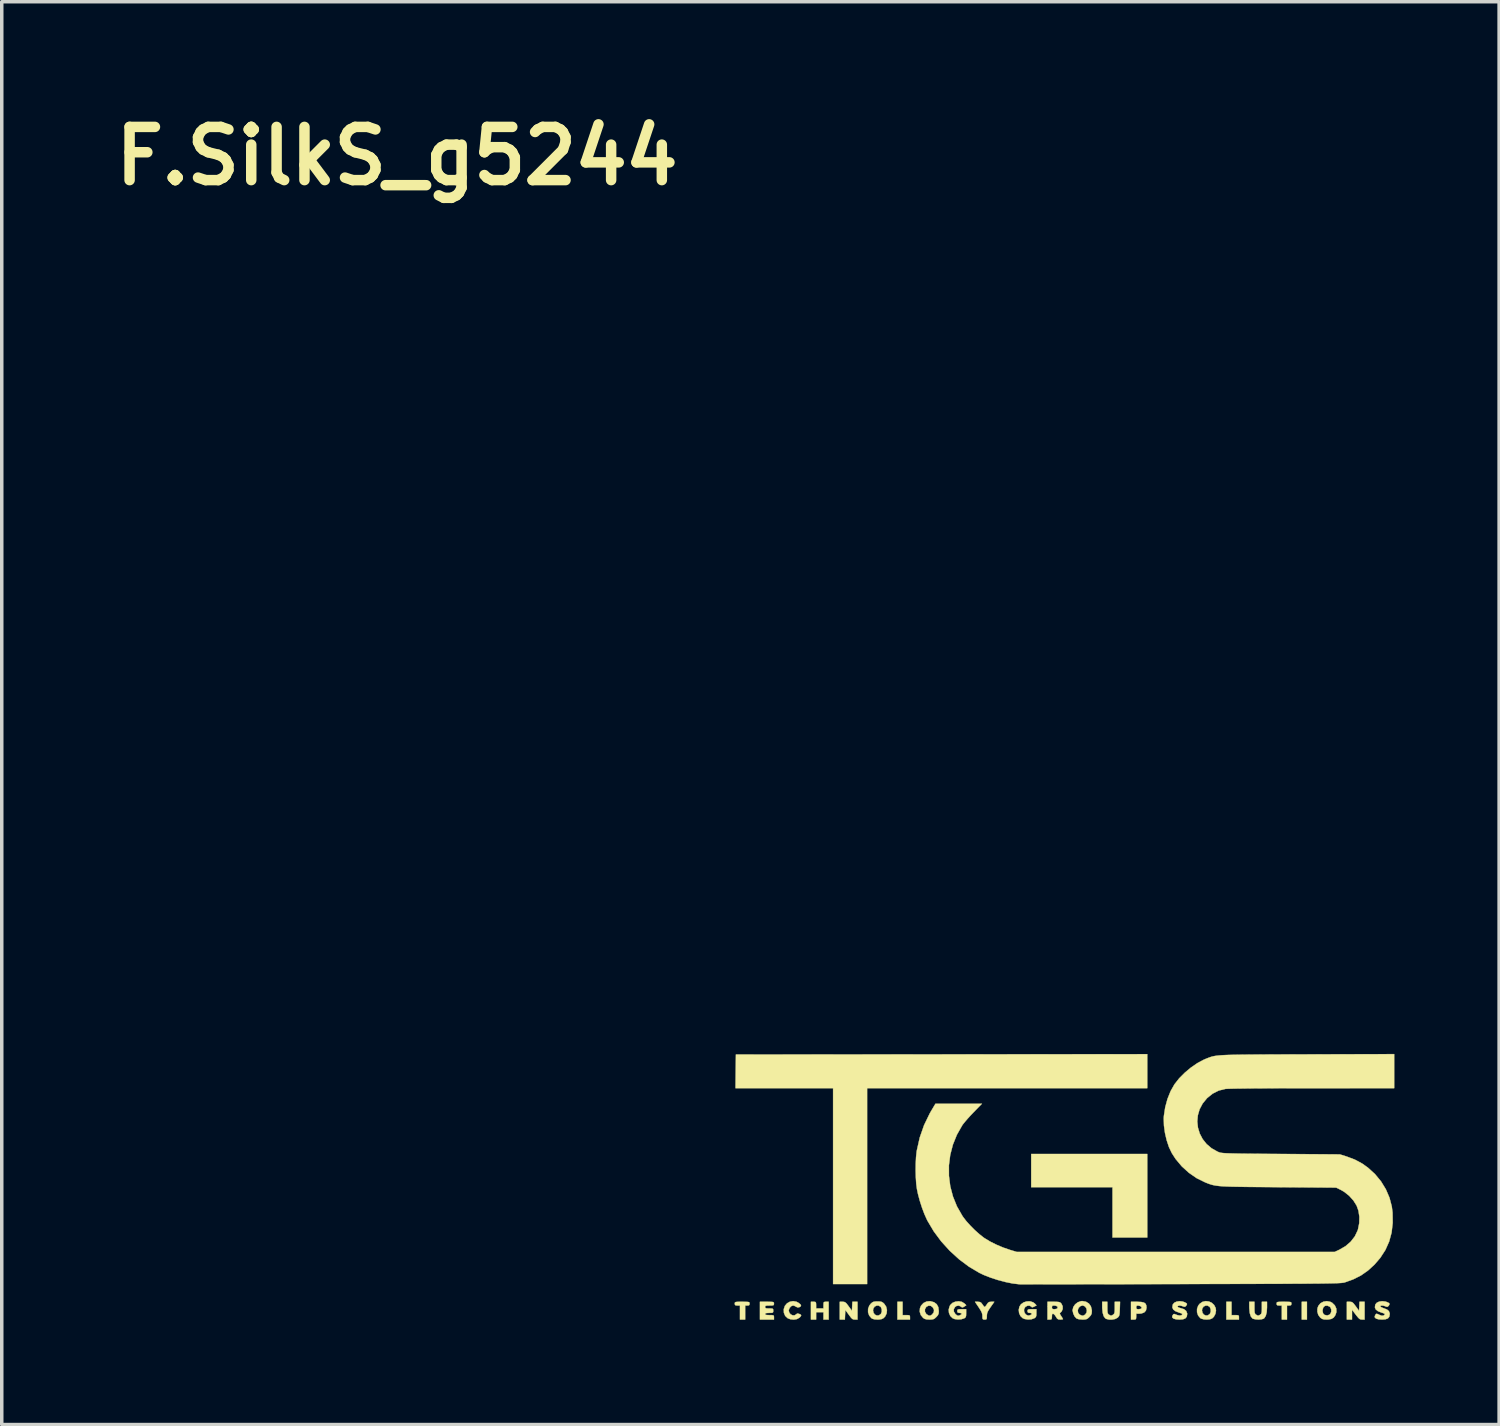
<source format=kicad_pcb>
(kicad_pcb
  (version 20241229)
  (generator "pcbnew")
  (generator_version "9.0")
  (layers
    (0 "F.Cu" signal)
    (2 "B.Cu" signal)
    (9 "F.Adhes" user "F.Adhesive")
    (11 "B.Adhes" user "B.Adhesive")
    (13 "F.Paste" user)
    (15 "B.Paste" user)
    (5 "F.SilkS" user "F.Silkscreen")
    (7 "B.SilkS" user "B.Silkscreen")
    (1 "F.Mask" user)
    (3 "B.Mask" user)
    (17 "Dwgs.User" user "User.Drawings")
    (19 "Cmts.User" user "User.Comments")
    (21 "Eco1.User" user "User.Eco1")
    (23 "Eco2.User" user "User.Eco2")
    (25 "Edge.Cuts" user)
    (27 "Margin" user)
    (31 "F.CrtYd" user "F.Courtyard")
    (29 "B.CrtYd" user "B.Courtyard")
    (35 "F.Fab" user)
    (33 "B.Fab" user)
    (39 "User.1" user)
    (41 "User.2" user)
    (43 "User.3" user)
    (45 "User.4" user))
  (footprint "F.SilkS_g5244"
    (layer "F.Cu")
    (at 8.317 1.418)
    (property "Reference" "F.SilkS_g5244" (at 0 0 0) (layer "F.SilkS") (effects (font (size 1.524 1.524) (thickness 0.3))))
    (attr through_hole)
    (fp_poly (pts (xy 26.056 33.316) (xy 25.908 33.316) (xy 25.908 32.808) (xy 26.056 32.808) (xy 26.056 33.316)) (stroke (width 0.01) (type solid)) (fill yes) (layer "F.SilkS"))
    (fp_poly (pts (xy 21.484 30.967) (xy 20.489 30.967) (xy 20.489 29.527) (xy 18.161 29.527) (xy 18.161 28.575) (xy 21.484 28.575) (xy 21.484 30.967)) (stroke (width 0.01) (type solid)) (fill yes) (layer "F.SilkS"))
    (fp_poly (pts (xy 14.478 33.189) (xy 14.584 33.189) (xy 14.646 33.191) (xy 14.678 33.199) (xy 14.688 33.221) (xy 14.69 33.253) (xy 14.69 33.316) (xy 14.33 33.316) (xy 14.33 32.808) (xy 14.478 32.808) (xy 14.478 33.189)) (stroke (width 0.01) (type solid)) (fill yes) (layer "F.SilkS"))
    (fp_poly (pts (xy 21.484 26.691) (xy 13.462 26.691) (xy 13.462 32.3) (xy 12.488 32.3) (xy 12.488 26.691) (xy 9.694 26.691) (xy 9.699 26.21) (xy 9.705 25.728) (xy 15.595 25.723) (xy 21.484 25.717) (xy 21.484 26.691)) (stroke (width 0.01) (type solid)) (fill yes) (layer "F.SilkS"))
    (fp_poly (pts (xy 23.897 33.189) (xy 24.003 33.189) (xy 24.066 33.191) (xy 24.097 33.199) (xy 24.108 33.221) (xy 24.109 33.253) (xy 24.109 33.316) (xy 23.749 33.316) (xy 23.749 32.808) (xy 23.897 32.808) (xy 23.897 33.189)) (stroke (width 0.01) (type solid)) (fill yes) (layer "F.SilkS"))
    (fp_poly (pts (xy 11.973 32.81) (xy 11.994 32.824) (xy 12.001 32.861) (xy 12.002 32.904) (xy 12.002 32.999) (xy 12.213 32.999) (xy 12.213 32.904) (xy 12.215 32.845) (xy 12.225 32.817) (xy 12.254 32.809) (xy 12.287 32.808) (xy 12.361 32.808) (xy 12.361 33.316) (xy 12.213 33.316) (xy 12.213 33.105) (xy 12.002 33.105) (xy 12.002 33.316) (xy 11.853 33.316) (xy 11.853 32.808) (xy 11.927 32.808) (xy 11.973 32.81)) (stroke (width 0.01) (type solid)) (fill yes) (layer "F.SilkS"))
    (fp_poly (pts (xy 27.324 32.811) (xy 27.358 32.825) (xy 27.392 32.856) (xy 27.436 32.913) (xy 27.455 32.938) (xy 27.548 33.067) (xy 27.555 32.938) (xy 27.561 32.808) (xy 27.707 32.808) (xy 27.707 33.316) (xy 27.634 33.316) (xy 27.595 33.313) (xy 27.561 33.298) (xy 27.525 33.264) (xy 27.477 33.206) (xy 27.454 33.176) (xy 27.347 33.035) (xy 27.347 33.316) (xy 27.199 33.316) (xy 27.199 32.808) (xy 27.28 32.808) (xy 27.324 32.811)) (stroke (width 0.01) (type solid)) (fill yes) (layer "F.SilkS"))
    (fp_poly (pts (xy 12.804 32.811) (xy 12.837 32.825) (xy 12.872 32.856) (xy 12.916 32.913) (xy 12.934 32.938) (xy 13.028 33.067) (xy 13.034 32.938) (xy 13.041 32.808) (xy 13.187 32.808) (xy 13.187 33.316) (xy 13.112 33.316) (xy 13.072 33.313) (xy 13.039 33.299) (xy 13.005 33.266) (xy 12.959 33.207) (xy 12.938 33.178) (xy 12.838 33.04) (xy 12.831 33.178) (xy 12.825 33.316) (xy 12.679 33.316) (xy 12.679 32.808) (xy 12.76 32.808) (xy 12.804 32.811)) (stroke (width 0.01) (type solid)) (fill yes) (layer "F.SilkS"))
    (fp_poly (pts (xy 9.981 32.809) (xy 10.042 32.811) (xy 10.077 32.817) (xy 10.092 32.829) (xy 10.096 32.849) (xy 10.097 32.861) (xy 10.09 32.899) (xy 10.061 32.913) (xy 10.033 32.914) (xy 9.97 32.914) (xy 9.97 33.316) (xy 9.821 33.316) (xy 9.821 32.914) (xy 9.747 32.914) (xy 9.697 32.91) (xy 9.677 32.892) (xy 9.673 32.861) (xy 9.674 32.837) (xy 9.683 32.822) (xy 9.708 32.813) (xy 9.756 32.809) (xy 9.834 32.808) (xy 9.885 32.808) (xy 9.981 32.809)) (stroke (width 0.01) (type solid)) (fill yes) (layer "F.SilkS"))
    (fp_poly (pts (xy 25.496 32.809) (xy 25.558 32.811) (xy 25.592 32.817) (xy 25.608 32.829) (xy 25.612 32.849) (xy 25.612 32.861) (xy 25.605 32.899) (xy 25.576 32.913) (xy 25.548 32.914) (xy 25.485 32.914) (xy 25.485 33.316) (xy 25.337 33.316) (xy 25.337 32.914) (xy 25.262 32.914) (xy 25.212 32.91) (xy 25.192 32.892) (xy 25.188 32.861) (xy 25.19 32.837) (xy 25.199 32.822) (xy 25.223 32.813) (xy 25.271 32.809) (xy 25.349 32.808) (xy 25.4 32.808) (xy 25.496 32.809)) (stroke (width 0.01) (type solid)) (fill yes) (layer "F.SilkS"))
    (fp_poly (pts (xy 21.311 32.813) (xy 21.387 32.829) (xy 21.434 32.861) (xy 21.457 32.912) (xy 21.463 32.976) (xy 21.446 33.058) (xy 21.395 33.114) (xy 21.314 33.143) (xy 21.259 33.147) (xy 21.167 33.147) (xy 21.167 33.232) (xy 21.164 33.286) (xy 21.151 33.31) (xy 21.114 33.316) (xy 21.093 33.316) (xy 21.018 33.316) (xy 21.018 32.967) (xy 21.167 32.967) (xy 21.172 33.003) (xy 21.198 33.018) (xy 21.238 33.02) (xy 21.296 33.011) (xy 21.322 32.989) (xy 21.316 32.956) (xy 21.279 32.928) (xy 21.223 32.915) (xy 21.21 32.914) (xy 21.176 32.926) (xy 21.167 32.967) (xy 21.018 32.967) (xy 21.018 32.808) (xy 21.198 32.808) (xy 21.311 32.813)) (stroke (width 0.01) (type solid)) (fill yes) (layer "F.SilkS"))
    (fp_poly (pts (xy 24.553 32.977) (xy 24.554 33.063) (xy 24.559 33.116) (xy 24.571 33.149) (xy 24.592 33.171) (xy 24.606 33.181) (xy 24.648 33.203) (xy 24.68 33.199) (xy 24.712 33.181) (xy 24.739 33.16) (xy 24.754 33.134) (xy 24.762 33.092) (xy 24.765 33.024) (xy 24.765 32.977) (xy 24.765 32.808) (xy 24.913 32.808) (xy 24.913 32.968) (xy 24.904 33.104) (xy 24.878 33.207) (xy 24.836 33.275) (xy 24.811 33.293) (xy 24.752 33.31) (xy 24.673 33.316) (xy 24.59 33.311) (xy 24.521 33.296) (xy 24.495 33.284) (xy 24.449 33.226) (xy 24.419 33.13) (xy 24.406 32.996) (xy 24.405 32.951) (xy 24.405 32.808) (xy 24.553 32.808) (xy 24.553 32.977)) (stroke (width 0.01) (type solid)) (fill yes) (layer "F.SilkS"))
    (fp_poly (pts (xy 16.693 32.814) (xy 16.731 32.837) (xy 16.764 32.882) (xy 16.797 32.929) (xy 16.822 32.955) (xy 16.828 32.956) (xy 16.849 32.94) (xy 16.88 32.899) (xy 16.891 32.882) (xy 16.927 32.833) (xy 16.966 32.812) (xy 17.02 32.808) (xy 17.104 32.808) (xy 16.997 32.96) (xy 16.944 33.039) (xy 16.912 33.097) (xy 16.896 33.147) (xy 16.891 33.201) (xy 16.891 33.214) (xy 16.889 33.275) (xy 16.88 33.305) (xy 16.857 33.315) (xy 16.828 33.316) (xy 16.789 33.314) (xy 16.77 33.298) (xy 16.764 33.258) (xy 16.764 33.22) (xy 16.76 33.166) (xy 16.745 33.114) (xy 16.713 33.053) (xy 16.661 32.971) (xy 16.658 32.966) (xy 16.551 32.808) (xy 16.635 32.808) (xy 16.693 32.814)) (stroke (width 0.01) (type solid)) (fill yes) (layer "F.SilkS"))
    (fp_poly (pts (xy 20.341 32.977) (xy 20.342 33.063) (xy 20.347 33.116) (xy 20.359 33.149) (xy 20.38 33.171) (xy 20.394 33.181) (xy 20.436 33.203) (xy 20.468 33.199) (xy 20.5 33.181) (xy 20.526 33.16) (xy 20.542 33.134) (xy 20.55 33.092) (xy 20.553 33.024) (xy 20.553 32.977) (xy 20.553 32.808) (xy 20.705 32.808) (xy 20.698 33.011) (xy 20.694 33.106) (xy 20.688 33.169) (xy 20.677 33.21) (xy 20.659 33.238) (xy 20.632 33.265) (xy 20.631 33.265) (xy 20.565 33.3) (xy 20.479 33.317) (xy 20.389 33.317) (xy 20.311 33.298) (xy 20.279 33.279) (xy 20.236 33.219) (xy 20.207 33.12) (xy 20.194 32.986) (xy 20.194 32.941) (xy 20.193 32.808) (xy 20.341 32.808) (xy 20.341 32.977)) (stroke (width 0.01) (type solid)) (fill yes) (layer "F.SilkS"))
    (fp_poly (pts (xy 23.248 32.799) (xy 23.332 32.837) (xy 23.399 32.901) (xy 23.442 32.985) (xy 23.452 33.058) (xy 23.436 33.152) (xy 23.391 33.236) (xy 23.342 33.283) (xy 23.279 33.308) (xy 23.194 33.317) (xy 23.105 33.311) (xy 23.03 33.29) (xy 23.003 33.275) (xy 22.94 33.2) (xy 22.909 33.108) (xy 22.909 33.051) (xy 23.05 33.051) (xy 23.066 33.125) (xy 23.106 33.176) (xy 23.161 33.201) (xy 23.22 33.196) (xy 23.275 33.155) (xy 23.278 33.151) (xy 23.301 33.093) (xy 23.3 33.022) (xy 23.276 32.961) (xy 23.269 32.953) (xy 23.214 32.918) (xy 23.154 32.917) (xy 23.099 32.944) (xy 23.061 32.996) (xy 23.05 33.051) (xy 22.909 33.051) (xy 22.909 33.011) (xy 22.943 32.918) (xy 22.983 32.866) (xy 23.066 32.809) (xy 23.157 32.788) (xy 23.248 32.799)) (stroke (width 0.01) (type solid)) (fill yes) (layer "F.SilkS"))
    (fp_poly (pts (xy 26.723 32.807) (xy 26.778 32.835) (xy 26.855 32.91) (xy 26.897 33.002) (xy 26.9 33.102) (xy 26.871 33.189) (xy 26.823 33.258) (xy 26.758 33.298) (xy 26.667 33.315) (xy 26.623 33.316) (xy 26.547 33.313) (xy 26.494 33.299) (xy 26.449 33.269) (xy 26.435 33.257) (xy 26.38 33.182) (xy 26.354 33.088) (xy 26.355 33.076) (xy 26.505 33.076) (xy 26.518 33.138) (xy 26.55 33.175) (xy 26.564 33.183) (xy 26.636 33.199) (xy 26.701 33.177) (xy 26.728 33.151) (xy 26.753 33.092) (xy 26.752 33.024) (xy 26.727 32.966) (xy 26.708 32.947) (xy 26.637 32.917) (xy 26.574 32.924) (xy 26.528 32.964) (xy 26.505 33.032) (xy 26.505 33.076) (xy 26.355 33.076) (xy 26.359 32.989) (xy 26.384 32.923) (xy 26.445 32.849) (xy 26.53 32.804) (xy 26.626 32.789) (xy 26.723 32.807)) (stroke (width 0.01) (type solid)) (fill yes) (layer "F.SilkS"))
    (fp_poly (pts (xy 11.438 32.806) (xy 11.494 32.835) (xy 11.552 32.881) (xy 11.571 32.917) (xy 11.552 32.946) (xy 11.529 32.959) (xy 11.48 32.971) (xy 11.434 32.953) (xy 11.427 32.948) (xy 11.378 32.923) (xy 11.341 32.914) (xy 11.289 32.933) (xy 11.245 32.98) (xy 11.22 33.041) (xy 11.218 33.061) (xy 11.235 33.123) (xy 11.276 33.169) (xy 11.33 33.195) (xy 11.387 33.195) (xy 11.435 33.164) (xy 11.439 33.159) (xy 11.464 33.143) (xy 11.51 33.152) (xy 11.518 33.155) (xy 11.564 33.177) (xy 11.574 33.202) (xy 11.549 33.239) (xy 11.522 33.264) (xy 11.453 33.303) (xy 11.364 33.318) (xy 11.269 33.309) (xy 11.185 33.277) (xy 11.185 33.276) (xy 11.116 33.211) (xy 11.079 33.122) (xy 11.076 33.018) (xy 11.108 32.924) (xy 11.169 32.852) (xy 11.25 32.806) (xy 11.343 32.789) (xy 11.438 32.806)) (stroke (width 0.01) (type solid)) (fill yes) (layer "F.SilkS"))
    (fp_poly (pts (xy 15.377 32.82) (xy 15.381 32.822) (xy 15.456 32.878) (xy 15.501 32.962) (xy 15.515 33.074) (xy 15.51 33.143) (xy 15.488 33.193) (xy 15.443 33.244) (xy 15.397 33.286) (xy 15.356 33.307) (xy 15.301 33.315) (xy 15.247 33.316) (xy 15.165 33.312) (xy 15.108 33.296) (xy 15.066 33.269) (xy 15 33.189) (xy 14.969 33.094) (xy 14.969 33.09) (xy 15.118 33.09) (xy 15.153 33.153) (xy 15.169 33.167) (xy 15.225 33.202) (xy 15.27 33.205) (xy 15.318 33.176) (xy 15.321 33.173) (xy 15.37 33.11) (xy 15.378 33.04) (xy 15.345 32.971) (xy 15.288 32.925) (xy 15.223 32.918) (xy 15.161 32.951) (xy 15.155 32.956) (xy 15.118 33.02) (xy 15.118 33.09) (xy 14.969 33.09) (xy 14.975 32.994) (xy 15.006 32.92) (xy 15.076 32.843) (xy 15.167 32.799) (xy 15.269 32.79) (xy 15.377 32.82)) (stroke (width 0.01) (type solid)) (fill yes) (layer "F.SilkS"))
    (fp_poly (pts (xy 13.833 32.8) (xy 13.883 32.812) (xy 13.922 32.837) (xy 13.95 32.863) (xy 14.007 32.947) (xy 14.03 33.043) (xy 14.021 33.14) (xy 13.979 33.227) (xy 13.933 33.275) (xy 13.879 33.303) (xy 13.805 33.315) (xy 13.758 33.316) (xy 13.669 33.31) (xy 13.607 33.29) (xy 13.584 33.275) (xy 13.521 33.2) (xy 13.489 33.108) (xy 13.49 33.051) (xy 13.631 33.051) (xy 13.647 33.125) (xy 13.687 33.176) (xy 13.741 33.201) (xy 13.801 33.196) (xy 13.856 33.155) (xy 13.859 33.151) (xy 13.882 33.093) (xy 13.881 33.022) (xy 13.857 32.961) (xy 13.85 32.953) (xy 13.795 32.918) (xy 13.735 32.917) (xy 13.68 32.944) (xy 13.642 32.996) (xy 13.631 33.051) (xy 13.49 33.051) (xy 13.49 33.01) (xy 13.525 32.917) (xy 13.567 32.863) (xy 13.609 32.826) (xy 13.651 32.806) (xy 13.707 32.799) (xy 13.758 32.798) (xy 13.833 32.8)) (stroke (width 0.01) (type solid)) (fill yes) (layer "F.SilkS"))
    (fp_poly (pts (xy 19.729 32.806) (xy 19.813 32.858) (xy 19.87 32.939) (xy 19.896 33.045) (xy 19.897 33.073) (xy 19.892 33.142) (xy 19.87 33.192) (xy 19.825 33.244) (xy 19.779 33.286) (xy 19.737 33.307) (xy 19.683 33.315) (xy 19.628 33.316) (xy 19.527 33.308) (xy 19.459 33.285) (xy 19.455 33.282) (xy 19.403 33.226) (xy 19.365 33.145) (xy 19.347 33.06) (xy 19.347 33.057) (xy 19.495 33.057) (xy 19.504 33.122) (xy 19.539 33.166) (xy 19.569 33.185) (xy 19.623 33.207) (xy 19.668 33.198) (xy 19.707 33.171) (xy 19.745 33.118) (xy 19.754 33.054) (xy 19.738 32.99) (xy 19.699 32.94) (xy 19.643 32.915) (xy 19.629 32.914) (xy 19.568 32.933) (xy 19.519 32.981) (xy 19.495 33.044) (xy 19.495 33.057) (xy 19.347 33.057) (xy 19.346 33.047) (xy 19.366 32.959) (xy 19.419 32.881) (xy 19.495 32.822) (xy 19.586 32.79) (xy 19.623 32.787) (xy 19.729 32.806)) (stroke (width 0.01) (type solid)) (fill yes) (layer "F.SilkS"))
    (fp_poly (pts (xy 10.687 32.809) (xy 10.746 32.811) (xy 10.778 32.818) (xy 10.792 32.831) (xy 10.795 32.852) (xy 10.795 32.861) (xy 10.792 32.891) (xy 10.778 32.906) (xy 10.741 32.913) (xy 10.672 32.914) (xy 10.668 32.914) (xy 10.597 32.916) (xy 10.559 32.922) (xy 10.543 32.938) (xy 10.541 32.956) (xy 10.546 32.981) (xy 10.568 32.994) (xy 10.617 32.998) (xy 10.657 32.999) (xy 10.724 33) (xy 10.759 33.007) (xy 10.772 33.025) (xy 10.774 33.061) (xy 10.774 33.062) (xy 10.772 33.099) (xy 10.759 33.118) (xy 10.725 33.125) (xy 10.659 33.126) (xy 10.657 33.126) (xy 10.587 33.129) (xy 10.551 33.139) (xy 10.541 33.158) (xy 10.551 33.176) (xy 10.585 33.186) (xy 10.653 33.189) (xy 10.668 33.189) (xy 10.738 33.19) (xy 10.776 33.196) (xy 10.792 33.212) (xy 10.795 33.243) (xy 10.795 33.253) (xy 10.795 33.316) (xy 10.393 33.316) (xy 10.393 32.808) (xy 10.594 32.808) (xy 10.687 32.809)) (stroke (width 0.01) (type solid)) (fill yes) (layer "F.SilkS"))
    (fp_poly (pts (xy 18.217 32.823) (xy 18.266 32.86) (xy 18.313 32.911) (xy 18.25 32.944) (xy 18.204 32.964) (xy 18.178 32.962) (xy 18.161 32.945) (xy 18.113 32.918) (xy 18.053 32.921) (xy 17.995 32.953) (xy 17.99 32.958) (xy 17.958 33.014) (xy 17.956 33.076) (xy 17.978 33.135) (xy 18.018 33.18) (xy 18.072 33.203) (xy 18.129 33.193) (xy 18.173 33.165) (xy 18.177 33.141) (xy 18.142 33.127) (xy 18.119 33.126) (xy 18.073 33.12) (xy 18.057 33.096) (xy 18.055 33.073) (xy 18.058 33.044) (xy 18.073 33.028) (xy 18.109 33.021) (xy 18.178 33.02) (xy 18.182 33.02) (xy 18.309 33.02) (xy 18.309 33.132) (xy 18.307 33.2) (xy 18.295 33.24) (xy 18.269 33.267) (xy 18.248 33.28) (xy 18.166 33.309) (xy 18.067 33.315) (xy 17.972 33.3) (xy 17.916 33.276) (xy 17.852 33.214) (xy 17.814 33.131) (xy 17.804 33.037) (xy 17.824 32.947) (xy 17.867 32.88) (xy 17.943 32.825) (xy 18.036 32.796) (xy 18.131 32.795) (xy 18.217 32.823)) (stroke (width 0.01) (type solid)) (fill yes) (layer "F.SilkS"))
    (fp_poly (pts (xy 22.497 32.801) (xy 22.555 32.821) (xy 22.606 32.848) (xy 22.623 32.872) (xy 22.61 32.903) (xy 22.595 32.923) (xy 22.566 32.95) (xy 22.531 32.948) (xy 22.51 32.939) (xy 22.447 32.919) (xy 22.392 32.916) (xy 22.358 32.929) (xy 22.352 32.944) (xy 22.372 32.968) (xy 22.426 32.986) (xy 22.436 32.988) (xy 22.534 33.019) (xy 22.598 33.07) (xy 22.626 33.14) (xy 22.627 33.159) (xy 22.615 33.233) (xy 22.576 33.282) (xy 22.506 33.309) (xy 22.41 33.316) (xy 22.31 33.31) (xy 22.242 33.291) (xy 22.23 33.284) (xy 22.199 33.254) (xy 22.2 33.22) (xy 22.208 33.199) (xy 22.233 33.163) (xy 22.255 33.156) (xy 22.351 33.191) (xy 22.417 33.203) (xy 22.462 33.193) (xy 22.472 33.184) (xy 22.488 33.164) (xy 22.481 33.149) (xy 22.444 33.133) (xy 22.394 33.117) (xy 22.291 33.077) (xy 22.228 33.028) (xy 22.202 32.968) (xy 22.213 32.894) (xy 22.217 32.883) (xy 22.257 32.835) (xy 22.324 32.803) (xy 22.408 32.791) (xy 22.497 32.801)) (stroke (width 0.01) (type solid)) (fill yes) (layer "F.SilkS"))
    (fp_poly (pts (xy 16.176 32.81) (xy 16.249 32.856) (xy 16.25 32.856) (xy 16.301 32.907) (xy 16.245 32.944) (xy 16.203 32.968) (xy 16.176 32.966) (xy 16.152 32.948) (xy 16.091 32.917) (xy 16.025 32.926) (xy 15.981 32.956) (xy 15.944 33.019) (xy 15.946 33.088) (xy 15.987 33.155) (xy 15.99 33.159) (xy 16.039 33.199) (xy 16.08 33.208) (xy 16.13 33.189) (xy 16.13 33.189) (xy 16.167 33.16) (xy 16.162 33.137) (xy 16.12 33.126) (xy 16.108 33.126) (xy 16.062 33.12) (xy 16.046 33.096) (xy 16.044 33.073) (xy 16.047 33.044) (xy 16.062 33.028) (xy 16.098 33.021) (xy 16.167 33.02) (xy 16.171 33.02) (xy 16.298 33.02) (xy 16.298 33.136) (xy 16.296 33.204) (xy 16.286 33.244) (xy 16.263 33.269) (xy 16.236 33.284) (xy 16.157 33.308) (xy 16.063 33.314) (xy 15.972 33.303) (xy 15.912 33.279) (xy 15.844 33.214) (xy 15.806 33.127) (xy 15.798 33.031) (xy 15.825 32.934) (xy 15.844 32.9) (xy 15.907 32.839) (xy 15.991 32.804) (xy 16.085 32.793) (xy 16.176 32.81)) (stroke (width 0.01) (type solid)) (fill yes) (layer "F.SilkS"))
    (fp_poly (pts (xy 28.301 32.801) (xy 28.353 32.818) (xy 28.406 32.844) (xy 28.423 32.87) (xy 28.407 32.906) (xy 28.395 32.923) (xy 28.366 32.95) (xy 28.331 32.948) (xy 28.31 32.939) (xy 28.253 32.92) (xy 28.2 32.915) (xy 28.164 32.922) (xy 28.157 32.94) (xy 28.181 32.961) (xy 28.231 32.984) (xy 28.257 32.993) (xy 28.349 33.029) (xy 28.403 33.076) (xy 28.426 33.138) (xy 28.427 33.161) (xy 28.414 33.234) (xy 28.375 33.283) (xy 28.304 33.309) (xy 28.209 33.316) (xy 28.11 33.31) (xy 28.042 33.291) (xy 28.03 33.284) (xy 27.999 33.254) (xy 27.999 33.219) (xy 28.008 33.199) (xy 28.029 33.161) (xy 28.053 33.15) (xy 28.094 33.164) (xy 28.123 33.179) (xy 28.197 33.207) (xy 28.251 33.202) (xy 28.278 33.18) (xy 28.286 33.16) (xy 28.269 33.144) (xy 28.22 33.125) (xy 28.192 33.117) (xy 28.089 33.076) (xy 28.027 33.027) (xy 28.002 32.967) (xy 28.013 32.892) (xy 28.017 32.883) (xy 28.056 32.835) (xy 28.124 32.803) (xy 28.21 32.791) (xy 28.301 32.801)) (stroke (width 0.01) (type solid)) (fill yes) (layer "F.SilkS"))
    (fp_poly (pts (xy 18.893 32.809) (xy 18.949 32.814) (xy 18.985 32.824) (xy 19.011 32.844) (xy 19.029 32.867) (xy 19.061 32.936) (xy 19.062 33.014) (xy 19.033 33.082) (xy 19.01 33.107) (xy 18.985 33.13) (xy 18.981 33.152) (xy 18.999 33.186) (xy 19.02 33.217) (xy 19.051 33.266) (xy 19.069 33.299) (xy 19.071 33.305) (xy 19.052 33.312) (xy 19.006 33.316) (xy 18.992 33.316) (xy 18.938 33.311) (xy 18.903 33.289) (xy 18.871 33.239) (xy 18.87 33.237) (xy 18.835 33.186) (xy 18.8 33.155) (xy 18.791 33.151) (xy 18.767 33.154) (xy 18.756 33.181) (xy 18.754 33.23) (xy 18.751 33.285) (xy 18.738 33.31) (xy 18.706 33.316) (xy 18.69 33.316) (xy 18.627 33.316) (xy 18.627 32.967) (xy 18.754 32.967) (xy 18.759 33.003) (xy 18.784 33.017) (xy 18.828 33.02) (xy 18.891 33.01) (xy 18.916 32.986) (xy 18.913 32.948) (xy 18.874 32.923) (xy 18.812 32.914) (xy 18.769 32.921) (xy 18.754 32.95) (xy 18.754 32.967) (xy 18.627 32.967) (xy 18.627 32.808) (xy 18.805 32.808) (xy 18.893 32.809)) (stroke (width 0.01) (type solid)) (fill yes) (layer "F.SilkS"))
    (fp_poly (pts (xy 28.554 26.691) (xy 26.21 26.692) (xy 25.836 26.692) (xy 25.487 26.692) (xy 25.163 26.693) (xy 24.867 26.695) (xy 24.601 26.696) (xy 24.366 26.698) (xy 24.163 26.701) (xy 23.996 26.703) (xy 23.866 26.706) (xy 23.774 26.709) (xy 23.722 26.712) (xy 23.717 26.713) (xy 23.529 26.76) (xy 23.357 26.847) (xy 23.2 26.973) (xy 23.192 26.981) (xy 23.069 27.132) (xy 22.982 27.296) (xy 22.932 27.469) (xy 22.916 27.645) (xy 22.935 27.82) (xy 22.986 27.989) (xy 23.069 28.148) (xy 23.182 28.29) (xy 23.325 28.412) (xy 23.497 28.509) (xy 23.538 28.526) (xy 23.558 28.533) (xy 23.583 28.539) (xy 23.616 28.544) (xy 23.659 28.549) (xy 23.716 28.553) (xy 23.789 28.556) (xy 23.881 28.559) (xy 23.996 28.562) (xy 24.136 28.565) (xy 24.303 28.567) (xy 24.502 28.569) (xy 24.734 28.571) (xy 25.002 28.573) (xy 25.31 28.575) (xy 25.315 28.575) (xy 26.998 28.587) (xy 27.188 28.646) (xy 27.427 28.736) (xy 27.642 28.852) (xy 27.803 28.967) (xy 28.005 29.151) (xy 28.177 29.359) (xy 28.316 29.586) (xy 28.42 29.828) (xy 28.486 30.079) (xy 28.508 30.253) (xy 28.512 30.55) (xy 28.48 30.826) (xy 28.41 31.083) (xy 28.303 31.323) (xy 28.158 31.547) (xy 27.993 31.74) (xy 27.804 31.913) (xy 27.604 32.053) (xy 27.382 32.165) (xy 27.146 32.25) (xy 27.13 32.255) (xy 27.112 32.259) (xy 27.088 32.262) (xy 27.059 32.266) (xy 27.021 32.269) (xy 26.974 32.272) (xy 26.915 32.275) (xy 26.843 32.277) (xy 26.757 32.279) (xy 26.653 32.281) (xy 26.532 32.283) (xy 26.391 32.285) (xy 26.228 32.286) (xy 26.041 32.288) (xy 25.83 32.289) (xy 25.592 32.29) (xy 25.325 32.292) (xy 25.028 32.293) (xy 24.699 32.294) (xy 24.337 32.295) (xy 23.939 32.296) (xy 23.504 32.297) (xy 23.031 32.298) (xy 22.517 32.3) (xy 22.458 32.3) (xy 22.02 32.301) (xy 21.593 32.302) (xy 21.179 32.303) (xy 20.78 32.304) (xy 20.396 32.304) (xy 20.032 32.305) (xy 19.688 32.305) (xy 19.366 32.306) (xy 19.069 32.306) (xy 18.799 32.306) (xy 18.557 32.306) (xy 18.345 32.307) (xy 18.166 32.306) (xy 18.021 32.306) (xy 17.912 32.306) (xy 17.842 32.306) (xy 17.812 32.305) (xy 17.812 32.305) (xy 17.628 32.283) (xy 17.422 32.241) (xy 17.206 32.184) (xy 16.995 32.115) (xy 16.799 32.038) (xy 16.677 31.98) (xy 16.379 31.803) (xy 16.094 31.59) (xy 15.827 31.346) (xy 15.584 31.078) (xy 15.37 30.79) (xy 15.191 30.488) (xy 15.173 30.452) (xy 15.102 30.294) (xy 15.033 30.11) (xy 14.97 29.914) (xy 14.919 29.723) (xy 14.889 29.58) (xy 14.869 29.429) (xy 14.857 29.248) (xy 14.852 29.053) (xy 14.854 28.856) (xy 14.863 28.67) (xy 14.88 28.508) (xy 14.887 28.469) (xy 14.97 28.102) (xy 15.093 27.75) (xy 15.256 27.413) (xy 15.306 27.327) (xy 15.419 27.136) (xy 16.75 27.136) (xy 16.508 27.384) (xy 16.418 27.479) (xy 16.332 27.574) (xy 16.258 27.661) (xy 16.202 27.731) (xy 16.185 27.756) (xy 16.032 28.026) (xy 15.918 28.309) (xy 15.842 28.602) (xy 15.804 28.901) (xy 15.805 29.202) (xy 15.843 29.501) (xy 15.92 29.793) (xy 16.034 30.075) (xy 16.187 30.343) (xy 16.214 30.383) (xy 16.303 30.499) (xy 16.418 30.626) (xy 16.545 30.754) (xy 16.676 30.871) (xy 16.798 30.968) (xy 16.825 30.986) (xy 16.981 31.081) (xy 17.163 31.172) (xy 17.357 31.254) (xy 17.546 31.319) (xy 17.547 31.32) (xy 17.748 31.38) (xy 26.85 31.38) (xy 26.985 31.317) (xy 27.161 31.215) (xy 27.31 31.086) (xy 27.427 30.935) (xy 27.508 30.765) (xy 27.519 30.73) (xy 27.554 30.555) (xy 27.558 30.374) (xy 27.531 30.2) (xy 27.48 30.056) (xy 27.388 29.909) (xy 27.266 29.773) (xy 27.124 29.66) (xy 27.033 29.607) (xy 26.893 29.538) (xy 25.231 29.526) (xy 24.916 29.523) (xy 24.641 29.521) (xy 24.401 29.519) (xy 24.194 29.516) (xy 24.018 29.513) (xy 23.868 29.51) (xy 23.741 29.505) (xy 23.635 29.5) (xy 23.547 29.493) (xy 23.473 29.484) (xy 23.41 29.474) (xy 23.355 29.462) (xy 23.304 29.448) (xy 23.256 29.432) (xy 23.206 29.413) (xy 23.152 29.392) (xy 23.143 29.388) (xy 22.902 29.27) (xy 22.677 29.115) (xy 22.473 28.93) (xy 22.296 28.719) (xy 22.187 28.55) (xy 22.106 28.381) (xy 22.04 28.183) (xy 21.991 27.972) (xy 21.962 27.76) (xy 21.956 27.56) (xy 21.96 27.486) (xy 21.998 27.238) (xy 22.063 26.999) (xy 22.152 26.777) (xy 22.261 26.584) (xy 22.269 26.573) (xy 22.398 26.409) (xy 22.556 26.25) (xy 22.731 26.103) (xy 22.915 25.976) (xy 23.096 25.879) (xy 23.146 25.857) (xy 23.192 25.838) (xy 23.234 25.822) (xy 23.273 25.807) (xy 23.313 25.794) (xy 23.356 25.782) (xy 23.403 25.772) (xy 23.459 25.763) (xy 23.524 25.756) (xy 23.603 25.749) (xy 23.696 25.744) (xy 23.806 25.739) (xy 23.937 25.736) (xy 24.09 25.733) (xy 24.268 25.731) (xy 24.473 25.729) (xy 24.707 25.728) (xy 24.974 25.726) (xy 25.275 25.725) (xy 25.614 25.724) (xy 25.991 25.723) (xy 26.061 25.723) (xy 28.554 25.716) (xy 28.554 26.691)) (stroke (width 0.01) (type solid)) (fill yes) (layer "F.SilkS")))
  (gr_rect
    (start -3 -3)
    (end 39.876 37.741)
    (stroke (width 0.1) (type default))
    (fill no)
    (layer "Edge.Cuts")))
</source>
